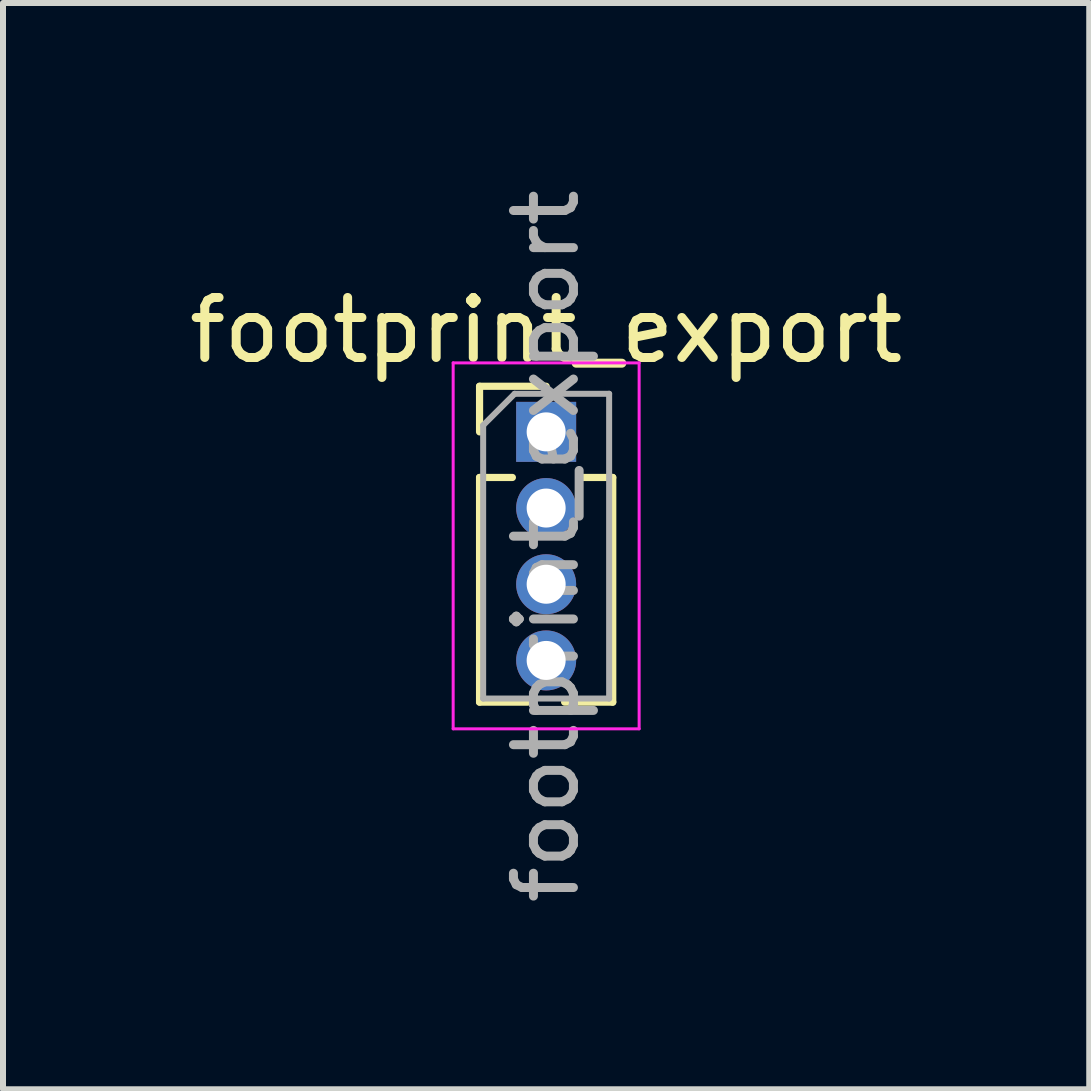
<source format=kicad_pcb>
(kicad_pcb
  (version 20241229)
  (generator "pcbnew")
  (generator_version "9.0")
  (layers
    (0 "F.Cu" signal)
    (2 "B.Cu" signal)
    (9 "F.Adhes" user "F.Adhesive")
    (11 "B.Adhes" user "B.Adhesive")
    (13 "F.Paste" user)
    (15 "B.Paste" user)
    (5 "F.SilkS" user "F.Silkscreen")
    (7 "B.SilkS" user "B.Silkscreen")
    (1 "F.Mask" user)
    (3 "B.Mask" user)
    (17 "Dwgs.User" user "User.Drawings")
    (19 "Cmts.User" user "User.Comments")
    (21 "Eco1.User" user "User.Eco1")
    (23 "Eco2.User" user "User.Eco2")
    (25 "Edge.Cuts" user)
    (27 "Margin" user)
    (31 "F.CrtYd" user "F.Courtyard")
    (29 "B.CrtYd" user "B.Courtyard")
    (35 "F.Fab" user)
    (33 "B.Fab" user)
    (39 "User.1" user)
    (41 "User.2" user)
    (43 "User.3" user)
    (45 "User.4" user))
  (footprint "footprint_export"
    (layer "F.Cu")
    (at 6.054 4.149)
    (property "Reference" "footprint_export" (at 0 -1.695 0) (layer "F.SilkS") (effects (font (size 1 1) (thickness 0.15))))
    (attr through_hole)
    (fp_line (start -1.11 -0.76) (end 0 -0.76) (stroke (width 0.12) (type solid)) (layer "F.SilkS"))
    (fp_line (start -1.11 0) (end -1.11 -0.76) (stroke (width 0.12) (type solid)) (layer "F.SilkS"))
    (fp_line (start -1.11 0.76) (end -1.11 4.505) (stroke (width 0.12) (type solid)) (layer "F.SilkS"))
    (fp_line (start -1.11 0.76) (end -0.563 0.76) (stroke (width 0.12) (type solid)) (layer "F.SilkS"))
    (fp_line (start -1.11 4.505) (end -0.308 4.505) (stroke (width 0.12) (type solid)) (layer "F.SilkS"))
    (fp_line (start 0.308 4.505) (end 1.11 4.505) (stroke (width 0.12) (type solid)) (layer "F.SilkS"))
    (fp_line (start 0.563 0.76) (end 1.11 0.76) (stroke (width 0.12) (type solid)) (layer "F.SilkS"))
    (fp_line (start 1.11 0.76) (end 1.11 4.505) (stroke (width 0.12) (type solid)) (layer "F.SilkS"))
    (fp_line (start -1.55 -1.15) (end -1.55 4.95) (stroke (width 0.05) (type solid)) (layer "F.CrtYd"))
    (fp_line (start -1.55 4.95) (end 1.55 4.95) (stroke (width 0.05) (type solid)) (layer "F.CrtYd"))
    (fp_line (start 1.55 -1.15) (end -1.55 -1.15) (stroke (width 0.05) (type solid)) (layer "F.CrtYd"))
    (fp_line (start 1.55 4.95) (end 1.55 -1.15) (stroke (width 0.05) (type solid)) (layer "F.CrtYd"))
    (fp_line (start -1.05 -0.11) (end -0.525 -0.635) (stroke (width 0.1) (type solid)) (layer "F.Fab"))
    (fp_line (start -1.05 4.445) (end -1.05 -0.11) (stroke (width 0.1) (type solid)) (layer "F.Fab"))
    (fp_line (start -0.525 -0.635) (end 1.05 -0.635) (stroke (width 0.1) (type solid)) (layer "F.Fab"))
    (fp_line (start 1.05 -0.635) (end 1.05 4.445) (stroke (width 0.1) (type solid)) (layer "F.Fab"))
    (fp_line (start 1.05 4.445) (end -1.05 4.445) (stroke (width 0.1) (type solid)) (layer "F.Fab"))
    (fp_text user "${REFERENCE}" (at 0 1.905 90) (layer "F.Fab") (effects (font (size 1 1) (thickness 0.15))))
    (pad "1" thru_hole rect (at 0 0) (size 1 1) (drill 0.65) (layers "*.Cu" "*.Mask"))
    (pad "2" thru_hole oval (at 0 1.27) (size 1 1) (drill 0.65) (layers "*.Cu" "*.Mask"))
    (pad "3" thru_hole oval (at 0 2.54) (size 1 1) (drill 0.65) (layers "*.Cu" "*.Mask"))
    (pad "4" thru_hole oval (at 0 3.81) (size 1 1) (drill 0.65) (layers "*.Cu" "*.Mask")))
  (gr_rect
    (start -3 -3)
    (end 15.107 15.107)
    (stroke (width 0.1) (type default))
    (fill no)
    (layer "Edge.Cuts")))
</source>
